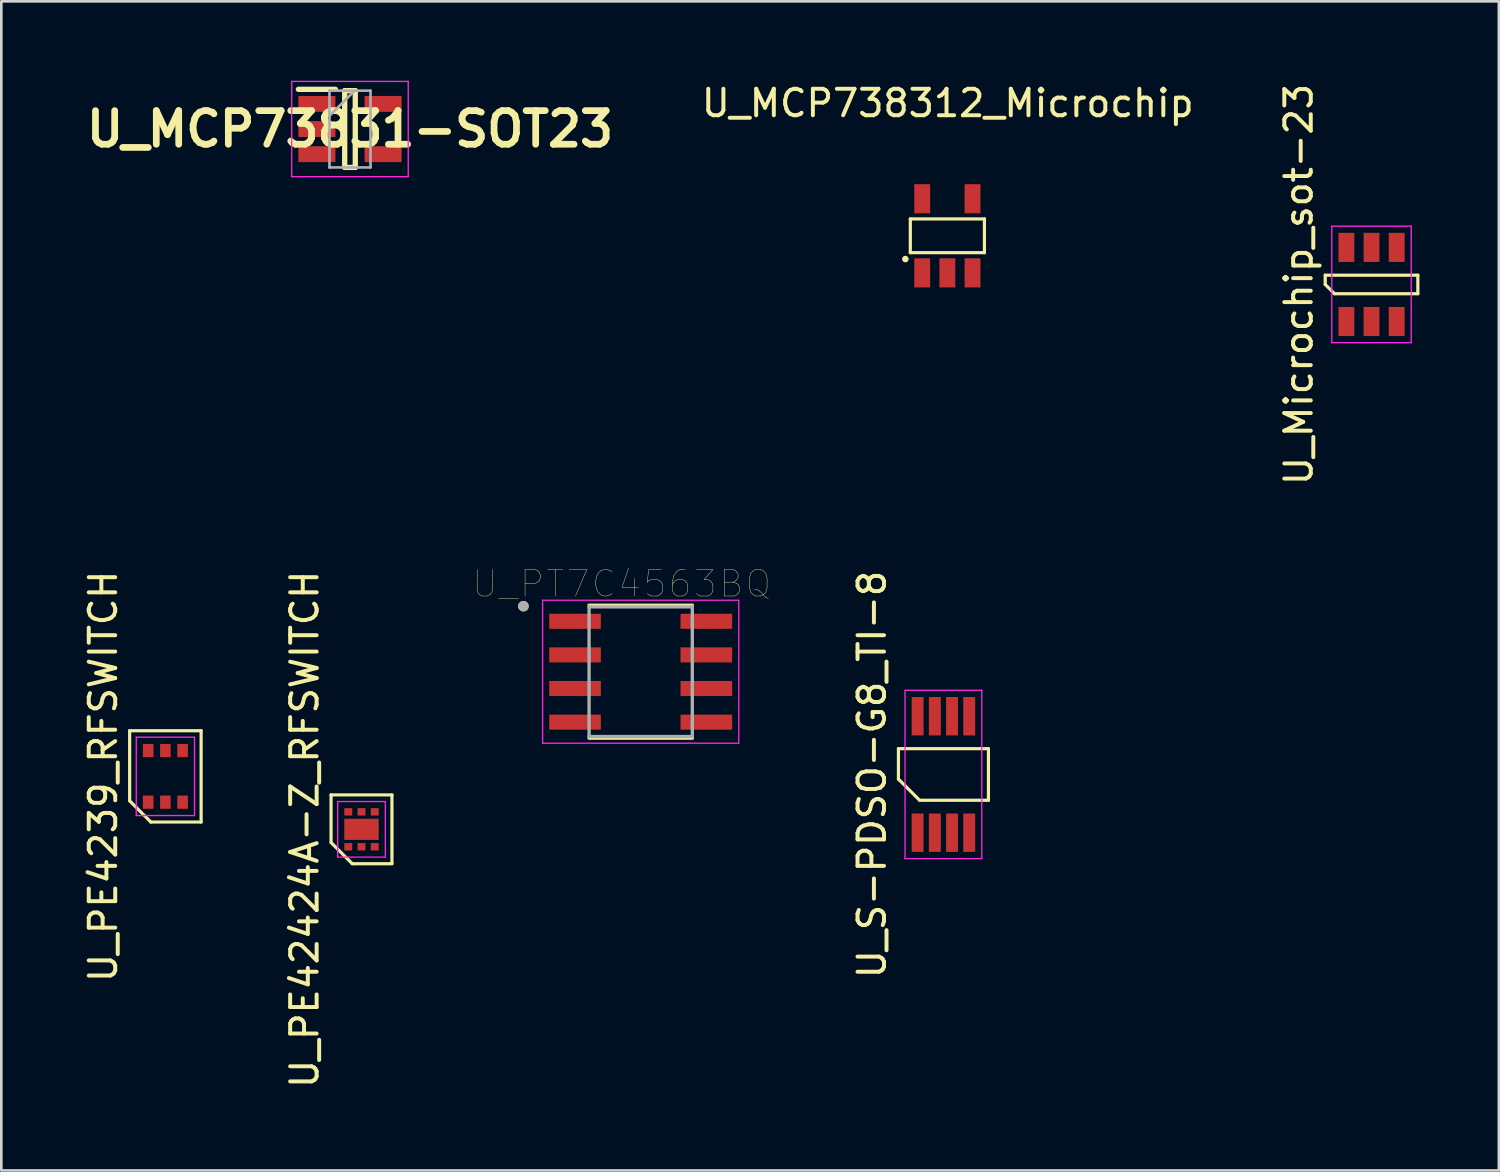
<source format=kicad_pcb>
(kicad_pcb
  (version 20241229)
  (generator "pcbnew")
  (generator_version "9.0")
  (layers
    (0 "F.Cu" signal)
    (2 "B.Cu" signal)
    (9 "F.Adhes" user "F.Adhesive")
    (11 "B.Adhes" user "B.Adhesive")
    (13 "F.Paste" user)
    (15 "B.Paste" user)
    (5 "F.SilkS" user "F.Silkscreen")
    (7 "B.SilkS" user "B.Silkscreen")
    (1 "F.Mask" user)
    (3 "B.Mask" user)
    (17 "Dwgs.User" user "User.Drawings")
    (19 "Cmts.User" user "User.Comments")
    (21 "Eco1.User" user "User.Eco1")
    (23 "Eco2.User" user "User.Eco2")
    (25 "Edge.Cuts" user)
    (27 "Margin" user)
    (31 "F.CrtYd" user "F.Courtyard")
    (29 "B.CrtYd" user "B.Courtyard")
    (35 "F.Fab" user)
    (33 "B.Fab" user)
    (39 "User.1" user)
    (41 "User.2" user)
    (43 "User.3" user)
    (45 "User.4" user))
  (footprint "U_Microchip_sot-23"
    (layer "F.Cu")
    (at 48.764 7.696)
    (property "Reference" "U_Microchip_sot-23" (at -2.75 0 90) (layer "F.SilkS") (effects (font (size 1 1) (thickness 0.15))))
    (attr through_hole)
    (fp_line (start -1.75 -0.35) (end 1.75 -0.35) (stroke (width 0.12) (type default)) (layer "F.SilkS"))
    (fp_line (start -1.75 0) (end -1.75 -0.35) (stroke (width 0.12) (type default)) (layer "F.SilkS"))
    (fp_line (start -1.4 0.35) (end -1.75 0) (stroke (width 0.12) (type default)) (layer "F.SilkS"))
    (fp_line (start 1.75 -0.35) (end 1.75 0.35) (stroke (width 0.12) (type default)) (layer "F.SilkS"))
    (fp_line (start 1.75 0.35) (end -1.4 0.35) (stroke (width 0.12) (type default)) (layer "F.SilkS"))
    (fp_line (start -1.5 -2.2) (end 1.5 -2.2) (stroke (width 0.05) (type default)) (layer "F.CrtYd"))
    (fp_line (start -1.5 2.2) (end -1.5 -2.2) (stroke (width 0.05) (type default)) (layer "F.CrtYd"))
    (fp_line (start 1.5 -2.2) (end 1.5 2.2) (stroke (width 0.05) (type default)) (layer "F.CrtYd"))
    (fp_line (start 1.5 2.2) (end -1.5 2.2) (stroke (width 0.05) (type default)) (layer "F.CrtYd"))
    (pad "1" smd rect (at -0.95 1.4) (size 0.6 1.1) (layers "F.Cu" "F.Mask" "F.Paste"))
    (pad "2" smd rect (at 0 1.4) (size 0.6 1.1) (layers "F.Cu" "F.Mask" "F.Paste"))
    (pad "3" smd rect (at 0.95 1.4) (size 0.6 1.1) (layers "F.Cu" "F.Mask" "F.Paste"))
    (pad "4" smd rect (at 0.95 -1.4) (size 0.6 1.1) (layers "F.Cu" "F.Mask" "F.Paste"))
    (pad "5" smd rect (at 0 -1.4) (size 0.6 1.1) (layers "F.Cu" "F.Mask" "F.Paste"))
    (pad "6" smd rect (at -0.95 -1.4) (size 0.6 1.1) (layers "F.Cu" "F.Mask" "F.Paste")))
  (footprint "U_S-PDSO-G8_TI-8"
    (layer "F.Cu")
    (at 32.591 26.208)
    (property "Reference" "U_S-PDSO-G8_TI-8" (at -2.7 0 90) (layer "F.SilkS") (effects (font (size 1 1) (thickness 0.15))))
    (attr through_hole)
    (fp_line (start -1.7 -0.975) (end 1.7 -0.975) (stroke (width 0.12) (type default)) (layer "F.SilkS"))
    (fp_line (start -1.7 0.175) (end -1.7 -0.975) (stroke (width 0.12) (type default)) (layer "F.SilkS"))
    (fp_line (start -0.9 0.975) (end -1.7 0.175) (stroke (width 0.12) (type default)) (layer "F.SilkS"))
    (fp_line (start 1.7 -0.975) (end 1.7 0.975) (stroke (width 0.12) (type default)) (layer "F.SilkS"))
    (fp_line (start 1.7 0.975) (end -0.9 0.975) (stroke (width 0.12) (type default)) (layer "F.SilkS"))
    (fp_line (start -1.45 -3.18) (end 1.45 -3.18) (stroke (width 0.05) (type default)) (layer "F.CrtYd"))
    (fp_line (start -1.45 3.18) (end -1.45 -3.18) (stroke (width 0.05) (type default)) (layer "F.CrtYd"))
    (fp_line (start 1.45 -3.18) (end 1.45 3.18) (stroke (width 0.05) (type default)) (layer "F.CrtYd"))
    (fp_line (start 1.45 3.18) (end -1.45 3.18) (stroke (width 0.05) (type default)) (layer "F.CrtYd"))
    (pad "1" smd rect (at -0.975 2.2) (size 0.45 1.45) (layers "F.Cu" "F.Mask" "F.Paste"))
    (pad "2" smd rect (at -0.325 2.2) (size 0.45 1.45) (layers "F.Cu" "F.Mask" "F.Paste"))
    (pad "3" smd rect (at 0.325 2.2) (size 0.45 1.45) (layers "F.Cu" "F.Mask" "F.Paste"))
    (pad "4" smd rect (at 0.975 2.2) (size 0.45 1.45) (layers "F.Cu" "F.Mask" "F.Paste"))
    (pad "5" smd rect (at 0.975 -2.2) (size 0.45 1.45) (layers "F.Cu" "F.Mask" "F.Paste"))
    (pad "6" smd rect (at 0.325 -2.2) (size 0.45 1.45) (layers "F.Cu" "F.Mask" "F.Paste"))
    (pad "7" smd rect (at -0.325 -2.2) (size 0.45 1.45) (layers "F.Cu" "F.Mask" "F.Paste"))
    (pad "8" smd rect (at -0.975 -2.2) (size 0.45 1.45) (layers "F.Cu" "F.Mask" "F.Paste")))
  (footprint "U_MCP738312_Microchip"
    (layer "F.Cu")
    (at 32.74 5.858)
    (property "Reference" "U_MCP738312_Microchip" (at 0.015 -5.009 0) (layer "F.SilkS") (effects (font (size 1 1) (thickness 0.15))))
    (attr through_hole)
    (fp_line (start -1.4 -0.638) (end -1.4 0.638) (stroke (width 0.12) (type solid)) (layer "F.SilkS"))
    (fp_line (start -1.4 -0.638) (end 1.4 -0.638) (stroke (width 0.12) (type solid)) (layer "F.SilkS"))
    (fp_line (start 1.4 0.638) (end -1.4 0.638) (stroke (width 0.12) (type solid)) (layer "F.SilkS"))
    (fp_line (start 1.4 0.638) (end 1.4 -0.638) (stroke (width 0.12) (type solid)) (layer "F.SilkS"))
    (fp_circle (center -1.587 0.879) (end -1.539 0.836) (stroke (width 0.12) (type solid)) (fill no) (layer "F.SilkS"))
    (pad "1" smd rect (at -0.95 1.4) (size 0.6 1.1) (layers "F.Cu" "F.Mask" "F.Paste"))
    (pad "2" smd rect (at 0 1.4) (size 0.6 1.1) (layers "F.Cu" "F.Mask" "F.Paste"))
    (pad "3" smd rect (at 0.95 1.4) (size 0.6 1.1) (layers "F.Cu" "F.Mask" "F.Paste"))
    (pad "4" smd rect (at 0.95 -1.4 180) (size 0.6 1.1) (layers "F.Cu" "F.Mask" "F.Paste"))
    (pad "5" smd rect (at -0.95 -1.4 180) (size 0.6 1.1) (layers "F.Cu" "F.Mask" "F.Paste")))
  (footprint "U_MCP73831-SOT23"
    (layer "F.Cu")
    (at 10.172 1.825)
    (property "Reference" "U_MCP73831-SOT23" (at 0 0 0) (layer "F.SilkS") (effects (font (size 1.27 1.27) (thickness 0.254))))
    (attr smd)
    (fp_line (start -1.95 -1.5) (end -0.55 -1.5) (stroke (width 0.2) (type solid)) (layer "F.SilkS"))
    (fp_line (start -0.2 -1.45) (end 0.2 -1.45) (stroke (width 0.2) (type solid)) (layer "F.SilkS"))
    (fp_line (start -0.2 1.45) (end -0.2 -1.45) (stroke (width 0.2) (type solid)) (layer "F.SilkS"))
    (fp_line (start 0.2 -1.45) (end 0.2 1.45) (stroke (width 0.2) (type solid)) (layer "F.SilkS"))
    (fp_line (start 0.2 1.45) (end -0.2 1.45) (stroke (width 0.2) (type solid)) (layer "F.SilkS"))
    (fp_line (start -2.2 -1.8) (end 2.2 -1.8) (stroke (width 0.05) (type solid)) (layer "F.CrtYd"))
    (fp_line (start -2.2 1.8) (end -2.2 -1.8) (stroke (width 0.05) (type solid)) (layer "F.CrtYd"))
    (fp_line (start 2.2 -1.8) (end 2.2 1.8) (stroke (width 0.05) (type solid)) (layer "F.CrtYd"))
    (fp_line (start 2.2 1.8) (end -2.2 1.8) (stroke (width 0.05) (type solid)) (layer "F.CrtYd"))
    (fp_line (start -0.775 -1.45) (end 0.775 -1.45) (stroke (width 0.1) (type solid)) (layer "F.Fab"))
    (fp_line (start -0.775 -0.5) (end 0.175 -1.45) (stroke (width 0.1) (type solid)) (layer "F.Fab"))
    (fp_line (start -0.775 1.45) (end -0.775 -1.45) (stroke (width 0.1) (type solid)) (layer "F.Fab"))
    (fp_line (start 0.775 -1.45) (end 0.775 1.45) (stroke (width 0.1) (type solid)) (layer "F.Fab"))
    (fp_line (start 0.775 1.45) (end -0.775 1.45) (stroke (width 0.1) (type solid)) (layer "F.Fab"))
    (pad "1" smd rect (at -1.25 -0.95 90) (size 0.6 1.4) (layers "F.Cu" "F.Mask" "F.Paste"))
    (pad "2" smd rect (at -1.25 0 90) (size 0.6 1.4) (layers "F.Cu" "F.Mask" "F.Paste"))
    (pad "3" smd rect (at -1.25 0.95 90) (size 0.6 1.4) (layers "F.Cu" "F.Mask" "F.Paste"))
    (pad "4" smd rect (at 1.25 0.95 90) (size 0.6 1.4) (layers "F.Cu" "F.Mask" "F.Paste"))
    (pad "5" smd rect (at 1.25 -0.95 90) (size 0.6 1.4) (layers "F.Cu" "F.Mask" "F.Paste")))
  (footprint "U_PE42424A-Z_RFSWITCH"
    (layer "F.Cu")
    (at 10.607 28.28)
    (property "Reference" "U_PE42424A-Z_RFSWITCH" (at -2.15 0 90) (layer "F.SilkS") (effects (font (size 1 1) (thickness 0.15))))
    (attr smd)
    (fp_line (start -1.15 -1.3) (end 1.15 -1.3) (stroke (width 0.12) (type solid)) (layer "F.SilkS"))
    (fp_line (start -1.15 0.5) (end -1.15 -1.3) (stroke (width 0.12) (type solid)) (layer "F.SilkS"))
    (fp_line (start -0.35 1.3) (end -1.15 0.5) (stroke (width 0.12) (type solid)) (layer "F.SilkS"))
    (fp_line (start 1.15 -1.3) (end 1.15 1.3) (stroke (width 0.12) (type solid)) (layer "F.SilkS"))
    (fp_line (start 1.15 1.3) (end -0.35 1.3) (stroke (width 0.12) (type solid)) (layer "F.SilkS"))
    (fp_line (start -0.9 -1.05) (end 0.9 -1.05) (stroke (width 0.05) (type solid)) (layer "F.CrtYd"))
    (fp_line (start -0.9 1.05) (end -0.9 -1.05) (stroke (width 0.05) (type solid)) (layer "F.CrtYd"))
    (fp_line (start 0.9 -1.05) (end 0.9 1.05) (stroke (width 0.05) (type solid)) (layer "F.CrtYd"))
    (fp_line (start 0.9 1.05) (end -0.9 1.05) (stroke (width 0.05) (type solid)) (layer "F.CrtYd"))
    (pad "1" smd rect (at -0.5 0.66) (size 0.3 0.28) (layers "F.Cu" "F.Mask" "F.Paste"))
    (pad "2" smd rect (at 0 0.66) (size 0.3 0.28) (layers "F.Cu" "F.Mask" "F.Paste"))
    (pad "3" smd rect (at 0.5 0.66) (size 0.3 0.28) (layers "F.Cu" "F.Mask" "F.Paste"))
    (pad "4" smd rect (at 0.5 -0.66) (size 0.3 0.28) (layers "F.Cu" "F.Mask" "F.Paste"))
    (pad "5" smd rect (at 0 -0.66) (size 0.3 0.28) (layers "F.Cu" "F.Mask" "F.Paste"))
    (pad "6" smd rect (at -0.5 -0.66) (size 0.3 0.28) (layers "F.Cu" "F.Mask" "F.Paste"))
    (pad "7" smd rect (at 0 0) (size 1.3 0.8) (layers "F.Cu" "F.Mask" "F.Paste")))
  (footprint "U_PT7C4563BQ"
    (layer "F.Cu")
    (at 21.154 22.326)
    (property "Reference" "U_PT7C4563BQ" (at -0.725 -3.322 0) (layer "F.SilkS") (effects (font (size 1 1) (thickness 0.015))))
    (attr through_hole)
    (fp_line (start -1.95 -2.51) (end 1.95 -2.51) (stroke (width 0.127) (type solid)) (layer "F.SilkS"))
    (fp_line (start -1.95 2.51) (end 1.95 2.51) (stroke (width 0.127) (type solid)) (layer "F.SilkS"))
    (fp_circle (center -4.43 -2.475) (end -4.33 -2.475) (stroke (width 0.2) (type solid)) (fill no) (layer "F.SilkS"))
    (fp_line (start -3.705 -2.7) (end -3.705 2.7) (stroke (width 0.05) (type solid)) (layer "F.CrtYd"))
    (fp_line (start -3.705 -2.7) (end 3.705 -2.7) (stroke (width 0.05) (type solid)) (layer "F.CrtYd"))
    (fp_line (start -3.705 2.7) (end 3.705 2.7) (stroke (width 0.05) (type solid)) (layer "F.CrtYd"))
    (fp_line (start 3.705 -2.7) (end 3.705 2.7) (stroke (width 0.05) (type solid)) (layer "F.CrtYd"))
    (fp_line (start -1.95 -2.45) (end -1.95 2.45) (stroke (width 0.127) (type solid)) (layer "F.Fab"))
    (fp_line (start -1.95 -2.45) (end 1.95 -2.45) (stroke (width 0.127) (type solid)) (layer "F.Fab"))
    (fp_line (start -1.95 2.45) (end 1.95 2.45) (stroke (width 0.127) (type solid)) (layer "F.Fab"))
    (fp_line (start 1.95 -2.45) (end 1.95 2.45) (stroke (width 0.127) (type solid)) (layer "F.Fab"))
    (fp_circle (center -4.43 -2.475) (end -4.33 -2.475) (stroke (width 0.2) (type solid)) (fill no) (layer "F.Fab"))
    (pad "1" smd rect (at -2.48 -1.905) (size 1.95 0.57) (layers "F.Cu" "F.Mask" "F.Paste"))
    (pad "2" smd rect (at -2.48 -0.635) (size 1.95 0.57) (layers "F.Cu" "F.Mask" "F.Paste"))
    (pad "3" smd rect (at -2.48 0.635) (size 1.95 0.57) (layers "F.Cu" "F.Mask" "F.Paste"))
    (pad "4" smd rect (at -2.48 1.905) (size 1.95 0.57) (layers "F.Cu" "F.Mask" "F.Paste"))
    (pad "5" smd rect (at 2.48 1.905) (size 1.95 0.57) (layers "F.Cu" "F.Mask" "F.Paste"))
    (pad "6" smd rect (at 2.48 0.635) (size 1.95 0.57) (layers "F.Cu" "F.Mask" "F.Paste"))
    (pad "7" smd rect (at 2.48 -0.635) (size 1.95 0.57) (layers "F.Cu" "F.Mask" "F.Paste"))
    (pad "8" smd rect (at 2.48 -1.905) (size 1.95 0.57) (layers "F.Cu" "F.Mask" "F.Paste")))
  (footprint "U_PE4239_RFSWITCH"
    (layer "F.Cu")
    (at 3.198 26.28)
    (property "Reference" "U_PE4239_RFSWITCH" (at -2.35 0 90) (layer "F.SilkS") (effects (font (size 1 1) (thickness 0.15))))
    (attr smd)
    (fp_line (start -1.35 -1.725) (end 1.35 -1.725) (stroke (width 0.12) (type solid)) (layer "F.SilkS"))
    (fp_line (start -1.35 0.925) (end -1.35 -1.725) (stroke (width 0.12) (type solid)) (layer "F.SilkS"))
    (fp_line (start -0.55 1.725) (end -1.35 0.925) (stroke (width 0.12) (type solid)) (layer "F.SilkS"))
    (fp_line (start 1.35 -1.725) (end 1.35 1.725) (stroke (width 0.12) (type solid)) (layer "F.SilkS"))
    (fp_line (start 1.35 1.725) (end -0.55 1.725) (stroke (width 0.12) (type solid)) (layer "F.SilkS"))
    (fp_line (start -1.1 -1.48) (end 1.1 -1.48) (stroke (width 0.05) (type solid)) (layer "F.CrtYd"))
    (fp_line (start -1.1 1.48) (end -1.1 -1.48) (stroke (width 0.05) (type solid)) (layer "F.CrtYd"))
    (fp_line (start 1.1 -1.48) (end 1.1 1.48) (stroke (width 0.05) (type solid)) (layer "F.CrtYd"))
    (fp_line (start 1.1 1.48) (end -1.1 1.48) (stroke (width 0.05) (type solid)) (layer "F.CrtYd"))
    (pad "1" smd rect (at -0.65 0.975) (size 0.4 0.5) (layers "F.Cu" "F.Mask" "F.Paste"))
    (pad "2" smd rect (at 0 0.975) (size 0.4 0.5) (layers "F.Cu" "F.Mask" "F.Paste"))
    (pad "3" smd rect (at 0.65 0.975) (size 0.4 0.5) (layers "F.Cu" "F.Mask" "F.Paste"))
    (pad "4" smd rect (at 0.65 -0.975) (size 0.4 0.5) (layers "F.Cu" "F.Mask" "F.Paste"))
    (pad "5" smd rect (at 0 -0.975) (size 0.4 0.5) (layers "F.Cu" "F.Mask" "F.Paste"))
    (pad "6" smd rect (at -0.65 -0.975) (size 0.4 0.5) (layers "F.Cu" "F.Mask" "F.Paste")))
  (gr_rect
    (start -3 -3)
    (end 53.574 41.167)
    (stroke (width 0.1) (type default))
    (fill no)
    (layer "Edge.Cuts")))
</source>
